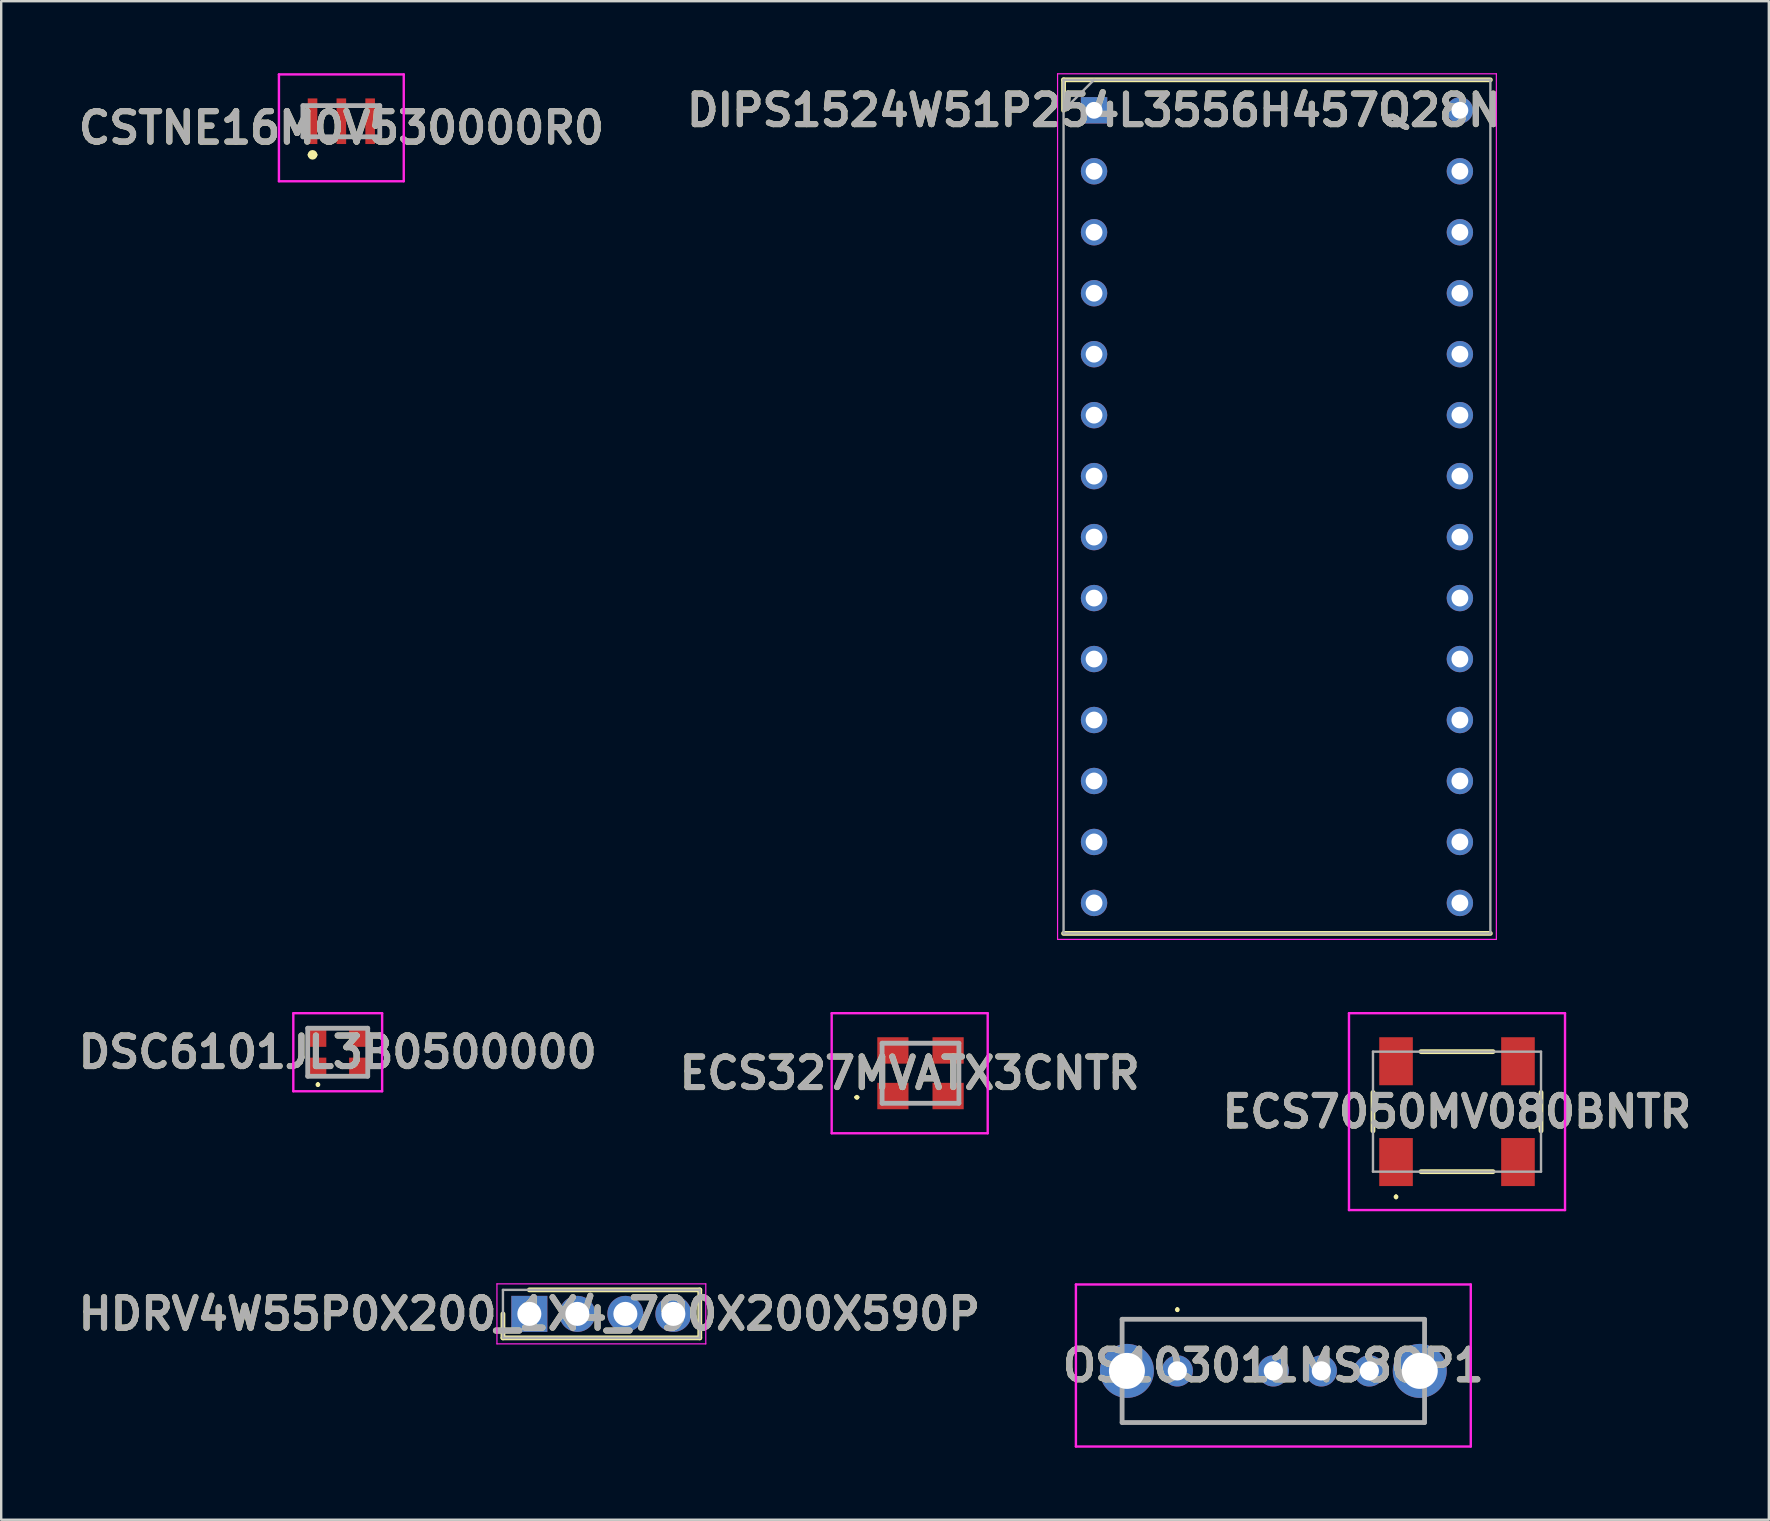
<source format=kicad_pcb>
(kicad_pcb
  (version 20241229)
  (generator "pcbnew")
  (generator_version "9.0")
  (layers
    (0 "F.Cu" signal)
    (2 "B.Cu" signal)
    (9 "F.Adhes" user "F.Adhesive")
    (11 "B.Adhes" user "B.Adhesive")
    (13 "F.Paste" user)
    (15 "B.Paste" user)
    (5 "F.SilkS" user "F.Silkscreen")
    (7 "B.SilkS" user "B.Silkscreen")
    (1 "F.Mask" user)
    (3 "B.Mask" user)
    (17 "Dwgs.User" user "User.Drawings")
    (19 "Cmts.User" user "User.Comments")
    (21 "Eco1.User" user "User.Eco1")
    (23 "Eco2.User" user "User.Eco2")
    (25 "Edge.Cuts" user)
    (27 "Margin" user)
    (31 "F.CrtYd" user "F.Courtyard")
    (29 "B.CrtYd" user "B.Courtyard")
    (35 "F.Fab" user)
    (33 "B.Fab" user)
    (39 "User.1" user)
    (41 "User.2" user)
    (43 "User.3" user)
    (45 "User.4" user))
  (footprint "DIPS1524W51P254L3556H457Q28N"
    (layer "F.Cu")
    (at 42.527 1.545)
    (property "Reference" "DIPS1524W51P254L3556H457Q28N" (at 0 0 0) (layer "F.SilkS") (effects (font (size 1.27 1.27) (thickness 0.254))))
    (attr through_hole)
    (fp_line (start -1.27 -1.27) (end -1.27 0) (stroke (width 0.2) (type solid)) (layer "F.SilkS"))
    (fp_line (start -1.27 34.29) (end 16.51 34.29) (stroke (width 0.2) (type solid)) (layer "F.SilkS"))
    (fp_line (start 16.51 -1.27) (end -1.27 -1.27) (stroke (width 0.2) (type solid)) (layer "F.SilkS"))
    (fp_line (start -1.52 -1.52) (end 16.76 -1.52) (stroke (width 0.05) (type solid)) (layer "F.CrtYd"))
    (fp_line (start -1.52 34.54) (end -1.52 -1.52) (stroke (width 0.05) (type solid)) (layer "F.CrtYd"))
    (fp_line (start 16.76 -1.52) (end 16.76 34.54) (stroke (width 0.05) (type solid)) (layer "F.CrtYd"))
    (fp_line (start 16.76 34.54) (end -1.52 34.54) (stroke (width 0.05) (type solid)) (layer "F.CrtYd"))
    (fp_line (start -1.27 -1.27) (end 16.51 -1.27) (stroke (width 0.1) (type solid)) (layer "F.Fab"))
    (fp_line (start -1.27 0) (end 0 -1.27) (stroke (width 0.1) (type solid)) (layer "F.Fab"))
    (fp_line (start -1.27 34.29) (end -1.27 -1.27) (stroke (width 0.1) (type solid)) (layer "F.Fab"))
    (fp_line (start 16.51 -1.27) (end 16.51 34.29) (stroke (width 0.1) (type solid)) (layer "F.Fab"))
    (fp_line (start 16.51 34.29) (end -1.27 34.29) (stroke (width 0.1) (type solid)) (layer "F.Fab"))
    (fp_text user "${REFERENCE}" (at 0 0 0) (layer "F.Fab") (effects (font (size 1.27 1.27) (thickness 0.254))))
    (pad "1" thru_hole rect (at 0 0) (size 1.1 1.1) (drill 0.7) (layers "*.Cu" "*.Mask"))
    (pad "2" thru_hole circle (at 0 2.54) (size 1.1 1.1) (drill 0.7) (layers "*.Cu" "*.Mask"))
    (pad "3" thru_hole circle (at 0 5.08) (size 1.1 1.1) (drill 0.7) (layers "*.Cu" "*.Mask"))
    (pad "4" thru_hole circle (at 0 7.62) (size 1.1 1.1) (drill 0.7) (layers "*.Cu" "*.Mask"))
    (pad "5" thru_hole circle (at 0 10.16) (size 1.1 1.1) (drill 0.7) (layers "*.Cu" "*.Mask"))
    (pad "6" thru_hole circle (at 0 12.7) (size 1.1 1.1) (drill 0.7) (layers "*.Cu" "*.Mask"))
    (pad "7" thru_hole circle (at 0 15.24) (size 1.1 1.1) (drill 0.7) (layers "*.Cu" "*.Mask"))
    (pad "8" thru_hole circle (at 0 17.78) (size 1.1 1.1) (drill 0.7) (layers "*.Cu" "*.Mask"))
    (pad "9" thru_hole circle (at 0 20.32) (size 1.1 1.1) (drill 0.7) (layers "*.Cu" "*.Mask"))
    (pad "10" thru_hole circle (at 0 22.86) (size 1.1 1.1) (drill 0.7) (layers "*.Cu" "*.Mask"))
    (pad "11" thru_hole circle (at 0 25.4) (size 1.1 1.1) (drill 0.7) (layers "*.Cu" "*.Mask"))
    (pad "12" thru_hole circle (at 0 27.94) (size 1.1 1.1) (drill 0.7) (layers "*.Cu" "*.Mask"))
    (pad "13" thru_hole circle (at 0 30.48) (size 1.1 1.1) (drill 0.7) (layers "*.Cu" "*.Mask"))
    (pad "14" thru_hole circle (at 0 33.02) (size 1.1 1.1) (drill 0.7) (layers "*.Cu" "*.Mask"))
    (pad "15" thru_hole circle (at 15.24 33.02) (size 1.1 1.1) (drill 0.7) (layers "*.Cu" "*.Mask"))
    (pad "16" thru_hole circle (at 15.24 30.48) (size 1.1 1.1) (drill 0.7) (layers "*.Cu" "*.Mask"))
    (pad "17" thru_hole circle (at 15.24 27.94) (size 1.1 1.1) (drill 0.7) (layers "*.Cu" "*.Mask"))
    (pad "18" thru_hole circle (at 15.24 25.4) (size 1.1 1.1) (drill 0.7) (layers "*.Cu" "*.Mask"))
    (pad "19" thru_hole circle (at 15.24 22.86) (size 1.1 1.1) (drill 0.7) (layers "*.Cu" "*.Mask"))
    (pad "20" thru_hole circle (at 15.24 20.32) (size 1.1 1.1) (drill 0.7) (layers "*.Cu" "*.Mask"))
    (pad "21" thru_hole circle (at 15.24 17.78) (size 1.1 1.1) (drill 0.7) (layers "*.Cu" "*.Mask"))
    (pad "22" thru_hole circle (at 15.24 15.24) (size 1.1 1.1) (drill 0.7) (layers "*.Cu" "*.Mask"))
    (pad "23" thru_hole circle (at 15.24 12.7) (size 1.1 1.1) (drill 0.7) (layers "*.Cu" "*.Mask"))
    (pad "24" thru_hole circle (at 15.24 10.16) (size 1.1 1.1) (drill 0.7) (layers "*.Cu" "*.Mask"))
    (pad "25" thru_hole circle (at 15.24 7.62) (size 1.1 1.1) (drill 0.7) (layers "*.Cu" "*.Mask"))
    (pad "26" thru_hole circle (at 15.24 5.08) (size 1.1 1.1) (drill 0.7) (layers "*.Cu" "*.Mask"))
    (pad "27" thru_hole circle (at 15.24 2.54) (size 1.1 1.1) (drill 0.7) (layers "*.Cu" "*.Mask"))
    (pad "28" thru_hole circle (at 15.24 0) (size 1.1 1.1) (drill 0.7) (layers "*.Cu" "*.Mask")))
  (footprint "DSC6101JL3B0500000"
    (layer "F.Cu")
    (at 11.019 40.785)
    (property "Reference" "DSC6101JL3B0500000" (at 0 0 0) (layer "F.SilkS") (effects (font (size 1.27 1.27) (thickness 0.254))))
    (attr smd)
    (fp_line (start -0.825 1.3) (end -0.825 1.3) (stroke (width 0.1) (type solid)) (layer "F.SilkS"))
    (fp_line (start -0.825 1.4) (end -0.825 1.4) (stroke (width 0.1) (type solid)) (layer "F.SilkS"))
    (fp_arc (start -0.825 1.3) (mid -0.775 1.35) (end -0.825 1.4) (stroke (width 0.1) (type solid)) (layer "F.SilkS"))
    (fp_arc (start -0.825 1.4) (mid -0.875 1.35) (end -0.825 1.3) (stroke (width 0.1) (type solid)) (layer "F.SilkS"))
    (fp_line (start -1.85 -1.625) (end 1.85 -1.625) (stroke (width 0.1) (type solid)) (layer "F.CrtYd"))
    (fp_line (start -1.85 1.625) (end -1.85 -1.625) (stroke (width 0.1) (type solid)) (layer "F.CrtYd"))
    (fp_line (start 1.85 -1.625) (end 1.85 1.625) (stroke (width 0.1) (type solid)) (layer "F.CrtYd"))
    (fp_line (start 1.85 1.625) (end -1.85 1.625) (stroke (width 0.1) (type solid)) (layer "F.CrtYd"))
    (fp_line (start -1.25 -1) (end 1.25 -1) (stroke (width 0.2) (type solid)) (layer "F.Fab"))
    (fp_line (start -1.25 1) (end -1.25 -1) (stroke (width 0.2) (type solid)) (layer "F.Fab"))
    (fp_line (start 1.25 -1) (end 1.25 1) (stroke (width 0.2) (type solid)) (layer "F.Fab"))
    (fp_line (start 1.25 1) (end -1.25 1) (stroke (width 0.2) (type solid)) (layer "F.Fab"))
    (fp_text user "${REFERENCE}" (at 0 0 0) (layer "F.Fab") (effects (font (size 1.27 1.27) (thickness 0.254))))
    (pad "1" smd rect (at -0.825 0.625) (size 0.7 0.8) (layers "F.Cu" "F.Mask" "F.Paste"))
    (pad "2" smd rect (at 0.825 0.625) (size 0.7 0.8) (layers "F.Cu" "F.Mask" "F.Paste"))
    (pad "3" smd rect (at 0.825 -0.625) (size 0.7 0.8) (layers "F.Cu" "F.Mask" "F.Paste"))
    (pad "4" smd rect (at -0.825 -0.625) (size 0.7 0.8) (layers "F.Cu" "F.Mask" "F.Paste")))
  (footprint "OS103011MS8QP1"
    (layer "F.Cu")
    (at 49.996 54.06)
    (property "Reference" "OS103011MS8QP1" (at 0 -0.225 0) (layer "F.SilkS") (effects (font (size 1.27 1.27) (thickness 0.254))))
    (attr through_hole)
    (fp_line (start -6.3 -2.15) (end 6.3 -2.15) (stroke (width 0.1) (type solid)) (layer "F.SilkS"))
    (fp_line (start -6.3 2.15) (end 6.3 2.15) (stroke (width 0.1) (type solid)) (layer "F.SilkS"))
    (fp_line (start -4 -2.6) (end -4 -2.6) (stroke (width 0.1) (type solid)) (layer "F.SilkS"))
    (fp_line (start -4 -2.5) (end -4 -2.5) (stroke (width 0.1) (type solid)) (layer "F.SilkS"))
    (fp_arc (start -4 -2.6) (mid -3.95 -2.55) (end -4 -2.5) (stroke (width 0.1) (type solid)) (layer "F.SilkS"))
    (fp_arc (start -4 -2.5) (mid -4.05 -2.55) (end -4 -2.6) (stroke (width 0.1) (type solid)) (layer "F.SilkS"))
    (fp_line (start -8.225 -3.6) (end 8.225 -3.6) (stroke (width 0.1) (type solid)) (layer "F.CrtYd"))
    (fp_line (start -8.225 3.15) (end -8.225 -3.6) (stroke (width 0.1) (type solid)) (layer "F.CrtYd"))
    (fp_line (start 8.225 -3.6) (end 8.225 3.15) (stroke (width 0.1) (type solid)) (layer "F.CrtYd"))
    (fp_line (start 8.225 3.15) (end -8.225 3.15) (stroke (width 0.1) (type solid)) (layer "F.CrtYd"))
    (fp_line (start -6.3 -2.15) (end 6.3 -2.15) (stroke (width 0.2) (type solid)) (layer "F.Fab"))
    (fp_line (start -6.3 2.15) (end -6.3 -2.15) (stroke (width 0.2) (type solid)) (layer "F.Fab"))
    (fp_line (start 6.3 -2.15) (end 6.3 2.15) (stroke (width 0.2) (type solid)) (layer "F.Fab"))
    (fp_line (start 6.3 2.15) (end -6.3 2.15) (stroke (width 0.2) (type solid)) (layer "F.Fab"))
    (fp_text user "${REFERENCE}" (at 0 -0.225 0) (layer "F.Fab") (effects (font (size 1.27 1.27) (thickness 0.254))))
    (pad "1" thru_hole circle (at -4 0) (size 1.3 1.3) (drill 0.8) (layers "*.Cu" "*.Mask"))
    (pad "2" thru_hole circle (at 0 0) (size 1.3 1.3) (drill 0.8) (layers "*.Cu" "*.Mask"))
    (pad "3" thru_hole circle (at 2 0) (size 1.3 1.3) (drill 0.8) (layers "*.Cu" "*.Mask"))
    (pad "4" thru_hole circle (at 4 0) (size 1.3 1.3) (drill 0.8) (layers "*.Cu" "*.Mask"))
    (pad "5" thru_hole circle (at -6.1 0) (size 2.25 2.25) (drill 1.5) (layers "*.Cu" "*.Mask"))
    (pad "6" thru_hole circle (at 6.1 0) (size 2.25 2.25) (drill 1.5) (layers "*.Cu" "*.Mask")))
  (footprint "CSTNE16M0V530000R0"
    (layer "F.Cu")
    (at 11.17 2.425)
    (property "Reference" "CSTNE16M0V530000R0" (at 0 -0.15 0) (layer "F.SilkS") (effects (font (size 1.27 1.27) (thickness 0.254))))
    (attr smd)
    (fp_line (start -1.6 0.225) (end -1.6 -1.075) (stroke (width 0.1) (type solid)) (layer "F.SilkS"))
    (fp_line (start -1.3 0.975) (end -1.3 0.975) (stroke (width 0.2) (type solid)) (layer "F.SilkS"))
    (fp_line (start -1.1 0.975) (end -1.1 0.975) (stroke (width 0.2) (type solid)) (layer "F.SilkS"))
    (fp_line (start 1.6 0.225) (end 1.6 -1.075) (stroke (width 0.1) (type solid)) (layer "F.SilkS"))
    (fp_arc (start -1.3 0.975) (mid -1.2 0.875) (end -1.1 0.975) (stroke (width 0.2) (type solid)) (layer "F.SilkS"))
    (fp_arc (start -1.1 0.975) (mid -1.2 1.075) (end -1.3 0.975) (stroke (width 0.2) (type solid)) (layer "F.SilkS"))
    (fp_line (start -2.6 -2.375) (end 2.6 -2.375) (stroke (width 0.1) (type solid)) (layer "F.CrtYd"))
    (fp_line (start -2.6 2.075) (end -2.6 -2.375) (stroke (width 0.1) (type solid)) (layer "F.CrtYd"))
    (fp_line (start 2.6 -2.375) (end 2.6 2.075) (stroke (width 0.1) (type solid)) (layer "F.CrtYd"))
    (fp_line (start 2.6 2.075) (end -2.6 2.075) (stroke (width 0.1) (type solid)) (layer "F.CrtYd"))
    (fp_line (start -1.6 -1.075) (end 1.6 -1.075) (stroke (width 0.2) (type solid)) (layer "F.Fab"))
    (fp_line (start -1.6 0.225) (end -1.6 -1.075) (stroke (width 0.2) (type solid)) (layer "F.Fab"))
    (fp_line (start 1.6 -1.075) (end 1.6 0.225) (stroke (width 0.2) (type solid)) (layer "F.Fab"))
    (fp_line (start 1.6 0.225) (end -1.6 0.225) (stroke (width 0.2) (type solid)) (layer "F.Fab"))
    (fp_text user "${REFERENCE}" (at 0 -0.15 0) (layer "F.Fab") (effects (font (size 1.27 1.27) (thickness 0.254))))
    (pad "1" smd rect (at -1.2 -0.425) (size 0.4 1.9) (layers "F.Cu" "F.Mask" "F.Paste"))
    (pad "2" smd rect (at 0 -0.425) (size 0.4 1.9) (layers "F.Cu" "F.Mask" "F.Paste"))
    (pad "3" smd rect (at 1.2 -0.425) (size 0.4 1.9) (layers "F.Cu" "F.Mask" "F.Paste")))
  (footprint "ECS327MVATX3CNTR"
    (layer "F.Cu")
    (at 35.297 41.66)
    (property "Reference" "ECS327MVATX3CNTR" (at -0.45 0 0) (layer "F.SilkS") (effects (font (size 1.27 1.27) (thickness 0.254))))
    (attr smd)
    (fp_line (start -2.7 1) (end -2.7 1) (stroke (width 0.1) (type solid)) (layer "F.SilkS"))
    (fp_line (start -2.7 1) (end -2.7 1) (stroke (width 0.1) (type solid)) (layer "F.SilkS"))
    (fp_line (start -2.6 1) (end -2.6 1) (stroke (width 0.1) (type solid)) (layer "F.SilkS"))
    (fp_arc (start -2.7 1) (mid -2.65 0.95) (end -2.6 1) (stroke (width 0.1) (type solid)) (layer "F.SilkS"))
    (fp_arc (start -2.6 1) (mid -2.65 1.05) (end -2.7 1) (stroke (width 0.1) (type solid)) (layer "F.SilkS"))
    (fp_arc (start -2.6 1) (mid -2.65 1.05) (end -2.7 1) (stroke (width 0.1) (type solid)) (layer "F.SilkS"))
    (fp_line (start -3.7 -2.5) (end 2.8 -2.5) (stroke (width 0.1) (type solid)) (layer "F.CrtYd"))
    (fp_line (start -3.7 2.5) (end -3.7 -2.5) (stroke (width 0.1) (type solid)) (layer "F.CrtYd"))
    (fp_line (start 2.8 -2.5) (end 2.8 2.5) (stroke (width 0.1) (type solid)) (layer "F.CrtYd"))
    (fp_line (start 2.8 2.5) (end -3.7 2.5) (stroke (width 0.1) (type solid)) (layer "F.CrtYd"))
    (fp_line (start -1.6 -1.25) (end -1.6 1.25) (stroke (width 0.2) (type solid)) (layer "F.Fab"))
    (fp_line (start -1.6 1.25) (end 1.6 1.25) (stroke (width 0.2) (type solid)) (layer "F.Fab"))
    (fp_line (start 1.6 -1.25) (end -1.6 -1.25) (stroke (width 0.2) (type solid)) (layer "F.Fab"))
    (fp_line (start 1.6 1.25) (end 1.6 -1.25) (stroke (width 0.2) (type solid)) (layer "F.Fab"))
    (fp_text user "${REFERENCE}" (at -0.45 0 0) (layer "F.Fab") (effects (font (size 1.27 1.27) (thickness 0.254))))
    (pad "1" smd rect (at -1.15 0.95 90) (size 1.1 1.3) (layers "F.Cu" "F.Mask" "F.Paste"))
    (pad "2" smd rect (at 1.15 0.95 90) (size 1.1 1.3) (layers "F.Cu" "F.Mask" "F.Paste"))
    (pad "3" smd rect (at 1.15 -0.95 90) (size 1.1 1.3) (layers "F.Cu" "F.Mask" "F.Paste"))
    (pad "4" smd rect (at -1.15 -0.95 90) (size 1.1 1.3) (layers "F.Cu" "F.Mask" "F.Paste")))
  (footprint "HDRV4W55P0X200_1X4_790X200X590P"
    (layer "F.Cu")
    (at 19.002 51.685)
    (property "Reference" "HDRV4W55P0X200_1X4_790X200X590P" (at 0 0 0) (layer "F.SilkS") (effects (font (size 1.27 1.27) (thickness 0.254))))
    (attr through_hole)
    (fp_line (start -1.1 0) (end -1.1 1) (stroke (width 0.2) (type solid)) (layer "F.SilkS"))
    (fp_line (start -1.1 1) (end 7.1 1) (stroke (width 0.2) (type solid)) (layer "F.SilkS"))
    (fp_line (start 7.1 -1) (end 0 -1) (stroke (width 0.2) (type solid)) (layer "F.SilkS"))
    (fp_line (start 7.1 1) (end 7.1 -1) (stroke (width 0.2) (type solid)) (layer "F.SilkS"))
    (fp_line (start -1.35 -1.25) (end 7.35 -1.25) (stroke (width 0.05) (type solid)) (layer "F.CrtYd"))
    (fp_line (start -1.35 1.25) (end -1.35 -1.25) (stroke (width 0.05) (type solid)) (layer "F.CrtYd"))
    (fp_line (start 7.35 -1.25) (end 7.35 1.25) (stroke (width 0.05) (type solid)) (layer "F.CrtYd"))
    (fp_line (start 7.35 1.25) (end -1.35 1.25) (stroke (width 0.05) (type solid)) (layer "F.CrtYd"))
    (fp_line (start -1.1 -1) (end 7.1 -1) (stroke (width 0.1) (type solid)) (layer "F.Fab"))
    (fp_line (start -1.1 1) (end -1.1 -1) (stroke (width 0.1) (type solid)) (layer "F.Fab"))
    (fp_line (start 7.1 -1) (end 7.1 1) (stroke (width 0.1) (type solid)) (layer "F.Fab"))
    (fp_line (start 7.1 1) (end -1.1 1) (stroke (width 0.1) (type solid)) (layer "F.Fab"))
    (fp_text user "${REFERENCE}" (at 0 0 0) (layer "F.Fab") (effects (font (size 1.27 1.27) (thickness 0.254))))
    (pad "1" thru_hole rect (at 0 0) (size 1.5 1.5) (drill 1) (layers "*.Cu" "*.Mask"))
    (pad "2" thru_hole circle (at 2 0) (size 1.5 1.5) (drill 1) (layers "*.Cu" "*.Mask"))
    (pad "3" thru_hole circle (at 4 0) (size 1.5 1.5) (drill 1) (layers "*.Cu" "*.Mask"))
    (pad "4" thru_hole circle (at 6 0) (size 1.5 1.5) (drill 1) (layers "*.Cu" "*.Mask")))
  (footprint "ECS7050MV080BNTR"
    (layer "F.Cu")
    (at 57.647 43.26)
    (property "Reference" "ECS7050MV080BNTR" (at 0 0 0) (layer "F.SilkS") (effects (font (size 1.27 1.27) (thickness 0.254))))
    (attr smd)
    (fp_line (start -3.5 0.8) (end -3.5 -0.8) (stroke (width 0.2) (type solid)) (layer "F.SilkS"))
    (fp_line (start -2.54 3.5) (end -2.54 3.5) (stroke (width 0.1) (type solid)) (layer "F.SilkS"))
    (fp_line (start -2.54 3.6) (end -2.54 3.6) (stroke (width 0.1) (type solid)) (layer "F.SilkS"))
    (fp_line (start -1.5 -2.5) (end 1.5 -2.5) (stroke (width 0.2) (type solid)) (layer "F.SilkS"))
    (fp_line (start -1.5 2.5) (end 1.5 2.5) (stroke (width 0.2) (type solid)) (layer "F.SilkS"))
    (fp_line (start 3.5 0.8) (end 3.5 -0.8) (stroke (width 0.2) (type solid)) (layer "F.SilkS"))
    (fp_arc (start -2.54 3.5) (mid -2.49 3.55) (end -2.54 3.6) (stroke (width 0.1) (type solid)) (layer "F.SilkS"))
    (fp_arc (start -2.54 3.6) (mid -2.59 3.55) (end -2.54 3.5) (stroke (width 0.1) (type solid)) (layer "F.SilkS"))
    (fp_line (start -4.5 -4.1) (end 4.5 -4.1) (stroke (width 0.1) (type solid)) (layer "F.CrtYd"))
    (fp_line (start -4.5 4.1) (end -4.5 -4.1) (stroke (width 0.1) (type solid)) (layer "F.CrtYd"))
    (fp_line (start 4.5 -4.1) (end 4.5 4.1) (stroke (width 0.1) (type solid)) (layer "F.CrtYd"))
    (fp_line (start 4.5 4.1) (end -4.5 4.1) (stroke (width 0.1) (type solid)) (layer "F.CrtYd"))
    (fp_line (start -3.5 -2.5) (end 3.5 -2.5) (stroke (width 0.1) (type solid)) (layer "F.Fab"))
    (fp_line (start -3.5 2.5) (end -3.5 -2.5) (stroke (width 0.1) (type solid)) (layer "F.Fab"))
    (fp_line (start 3.5 -2.5) (end 3.5 2.5) (stroke (width 0.1) (type solid)) (layer "F.Fab"))
    (fp_line (start 3.5 2.5) (end -3.5 2.5) (stroke (width 0.1) (type solid)) (layer "F.Fab"))
    (fp_text user "${REFERENCE}" (at 0 0 0) (layer "F.Fab") (effects (font (size 1.27 1.27) (thickness 0.254))))
    (pad "1" smd rect (at -2.54 2.1) (size 1.4 2) (layers "F.Cu" "F.Mask" "F.Paste"))
    (pad "2" smd rect (at 2.54 2.1) (size 1.4 2) (layers "F.Cu" "F.Mask" "F.Paste"))
    (pad "3" smd rect (at 2.54 -2.1) (size 1.4 2) (layers "F.Cu" "F.Mask" "F.Paste"))
    (pad "4" smd rect (at -2.54 -2.1) (size 1.4 2) (layers "F.Cu" "F.Mask" "F.Paste")))
  (gr_rect
    (start -3 -3)
    (end 70.637 60.26)
    (stroke (width 0.1) (type default))
    (fill no)
    (layer "Edge.Cuts")))
</source>
